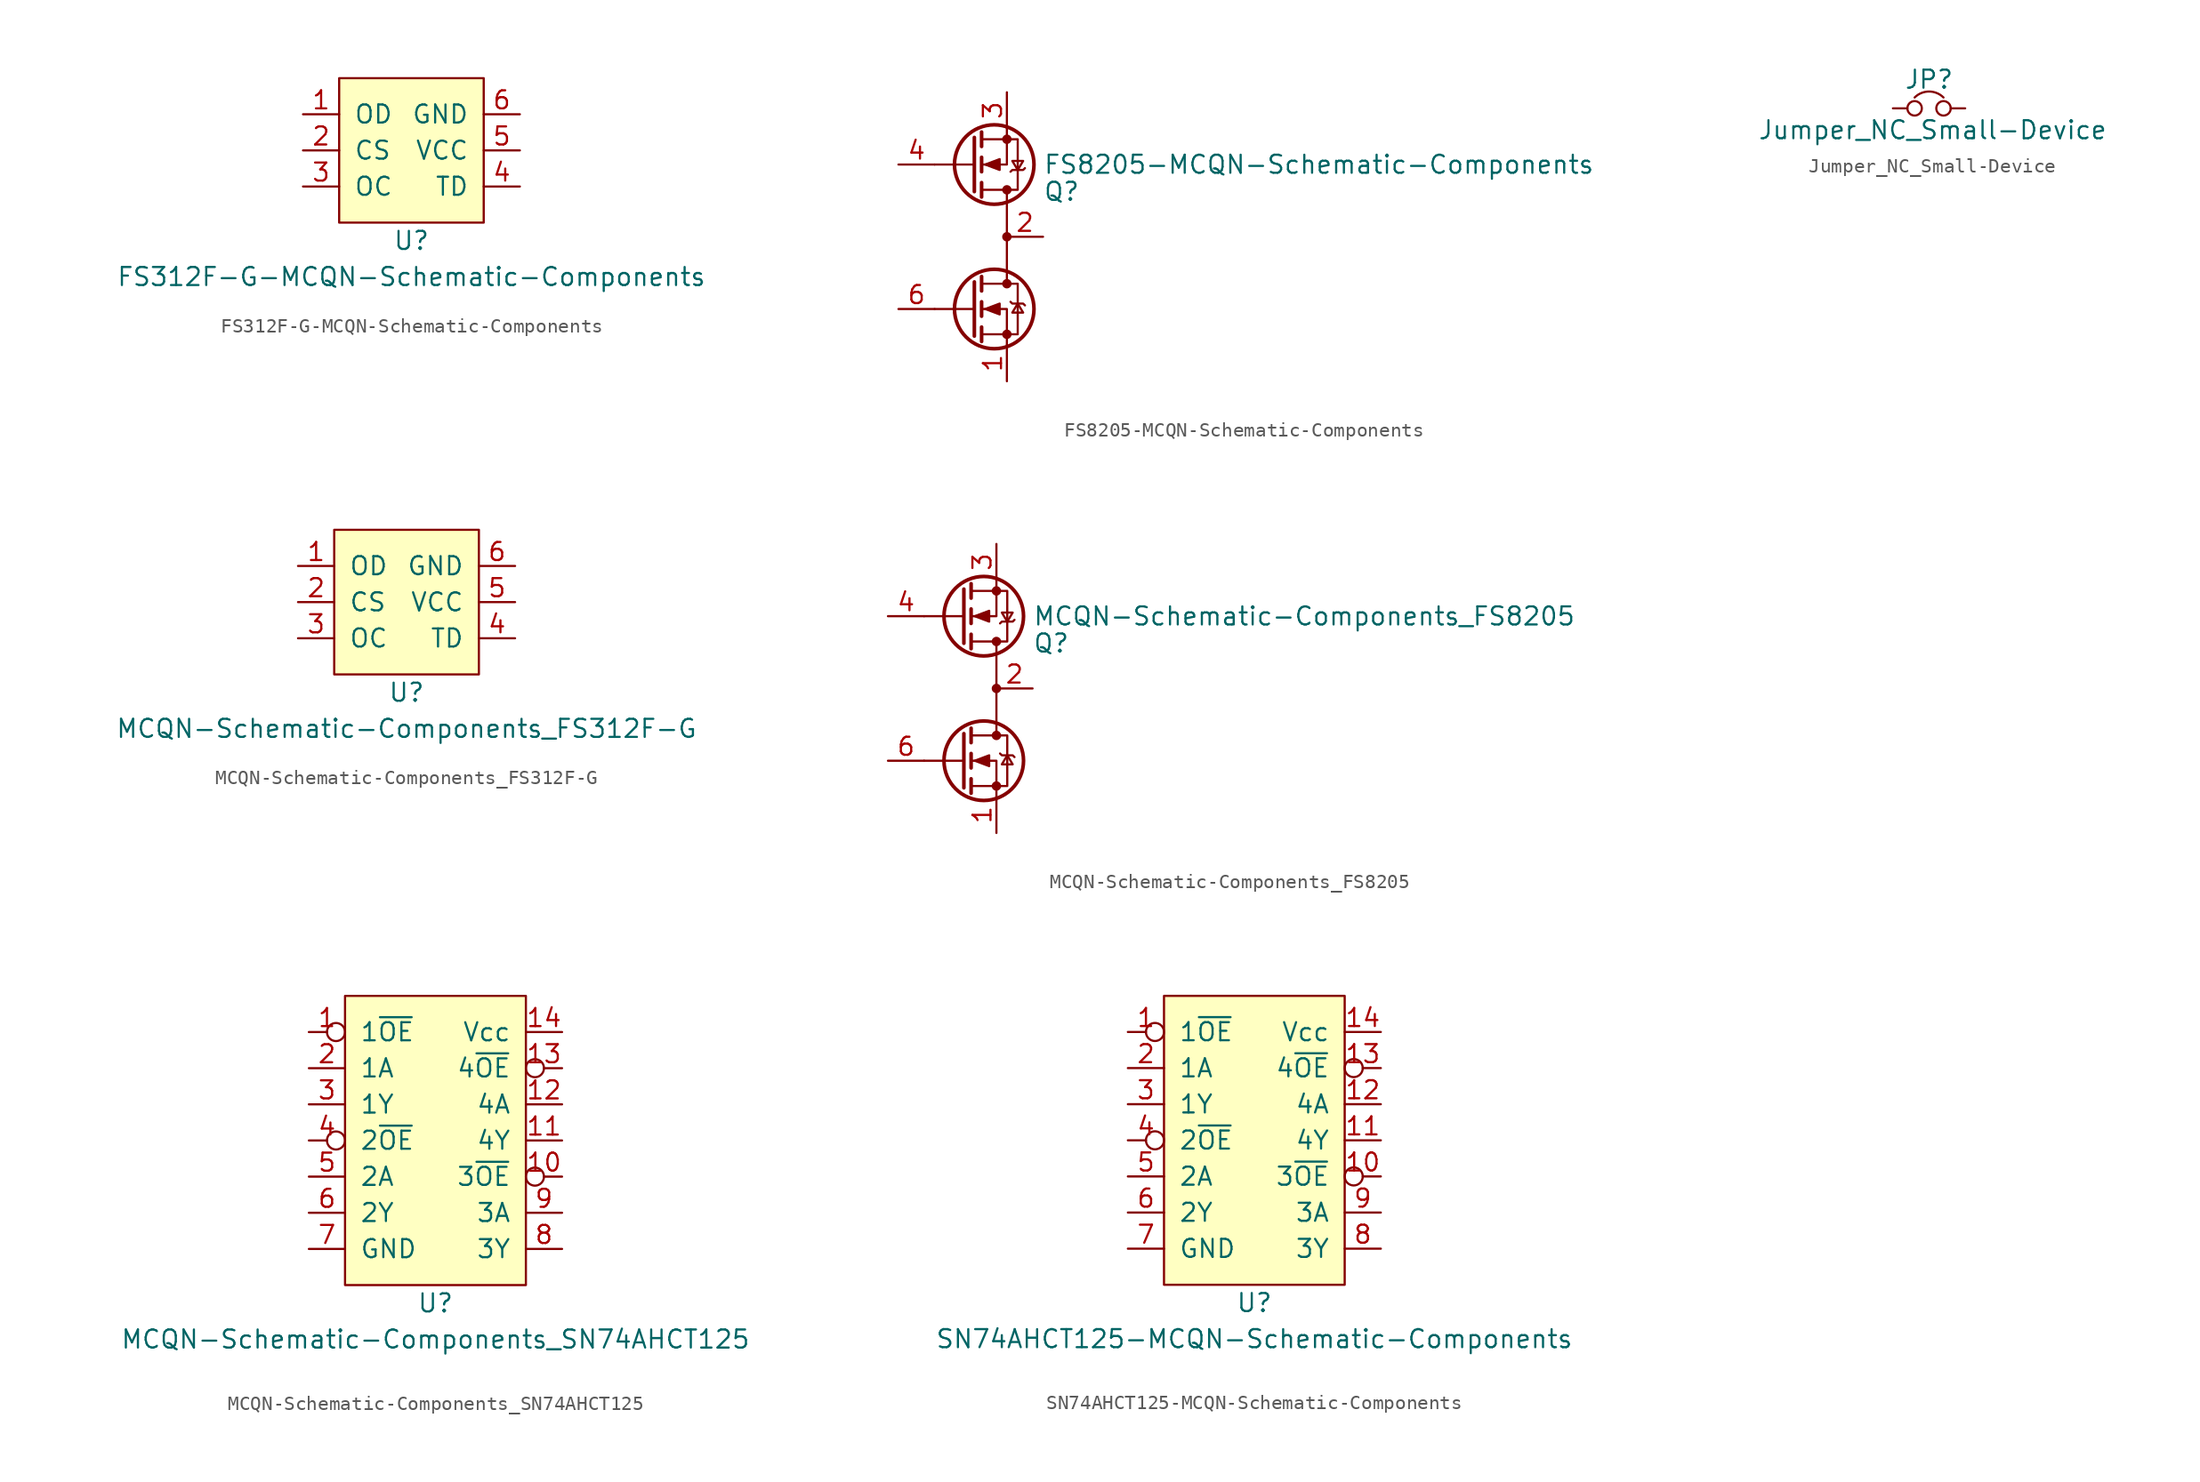
<source format=kicad_sym>
(kicad_symbol_lib
  (version 20211014)
  (generator kicad_symbol_editor)
  (symbol "FS312F-G-MCQN-Schematic-Components"
    (pin_names
      (offset 1.016))
    (property "Reference" "U"
      (at 0 -6.35 0)
      (effects (font (size 1.27 1.27))))
    (property "Value" "FS312F-G-MCQN-Schematic-Components"
      (at 0 -8.89 0)
      (effects (font (size 1.27 1.27))))
    (symbol "FS312F-G-MCQN-Schematic-Components_0_1"
      (rectangle (start -5.08 5.08) (end 5.08 -5.08) (stroke (width 0) (type default) (color 0 0 0 0)) (fill (type background))))
    (symbol "FS312F-G-MCQN-Schematic-Components_1_1"
      (pin output line (at -7.62 2.54 0) (length 2.54) (name "OD" (effects (font (size 1.27 1.27)))) (number "1" (effects (font (size 1.27 1.27)))))
      (pin input line (at -7.62 0 0) (length 2.54) (name "CS" (effects (font (size 1.27 1.27)))) (number "2" (effects (font (size 1.27 1.27)))))
      (pin output line (at -7.62 -2.54 0) (length 2.54) (name "OC" (effects (font (size 1.27 1.27)))) (number "3" (effects (font (size 1.27 1.27)))))
      (pin input line (at 7.62 -2.54 180) (length 2.54) (name "TD" (effects (font (size 1.27 1.27)))) (number "4" (effects (font (size 1.27 1.27)))))
      (pin power_in line (at 7.62 0 180) (length 2.54) (name "VCC" (effects (font (size 1.27 1.27)))) (number "5" (effects (font (size 1.27 1.27)))))
      (pin passive line (at 7.62 2.54 180) (length 2.54) (name "GND" (effects (font (size 1.27 1.27)))) (number "6" (effects (font (size 1.27 1.27)))))))
  (symbol "FS8205-MCQN-Schematic-Components"
    (pin_names hide)
    (property "Reference" "Q"
      (at 2.54 3.175 0)
      (effects (font (size 1.27 1.27)) (justify left)))
    (property "Value" "FS8205-MCQN-Schematic-Components"
      (at 2.54 5.08 0)
      (effects (font (size 1.27 1.27)) (justify left)))
    (symbol "FS8205-MCQN-Schematic-Components_0_1"
      (circle (center -0.889 5.08) (radius 2.794) (stroke (width 0.254) (type default) (color 0 0 0 0)) (fill (type none)))
      (polyline (pts (xy -2.286 3.175) (xy -2.286 6.985)) (stroke (width 0.254) (type default) (color 0 0 0 0)) (fill (type none)))
      (polyline (pts (xy -2.286 5.08) (xy -5.08 5.08)) (stroke (width 0) (type default) (color 0 0 0 0)) (fill (type none)))
      (polyline (pts (xy -1.778 2.794) (xy -1.778 3.81)) (stroke (width 0.254) (type default) (color 0 0 0 0)) (fill (type none)))
      (polyline (pts (xy -1.778 4.572) (xy -1.778 5.588)) (stroke (width 0.254) (type default) (color 0 0 0 0)) (fill (type none)))
      (polyline (pts (xy -1.778 6.35) (xy -1.778 7.366)) (stroke (width 0.254) (type default) (color 0 0 0 0)) (fill (type none)))
      (polyline (pts (xy 0 -3.302) (xy 0 3.302)) (stroke (width 0) (type default) (color 0 0 0 0)) (fill (type none)))
      (polyline (pts (xy 0 7.62) (xy 0 5.08) (xy -1.778 5.08)) (stroke (width 0) (type default) (color 0 0 0 0)) (fill (type none)))
      (polyline (pts (xy -1.778 6.858) (xy 0.762 6.858) (xy 0.762 3.302) (xy -1.778 3.302)) (stroke (width 0) (type default) (color 0 0 0 0)) (fill (type none)))
      (polyline (pts (xy -1.524 5.08) (xy -0.508 4.699) (xy -0.508 5.461) (xy -1.524 5.08)) (stroke (width 0) (type default) (color 0 0 0 0)) (fill (type outline)))
      (polyline (pts (xy 0.254 4.572) (xy 0.381 4.699) (xy 1.143 4.699) (xy 1.27 4.826)) (stroke (width 0) (type default) (color 0 0 0 0)) (fill (type none)))
      (polyline (pts (xy 0.762 4.699) (xy 0.381 5.334) (xy 1.143 5.334) (xy 0.762 4.699)) (stroke (width 0) (type default) (color 0 0 0 0)) (fill (type none)))
      (circle (center 0 3.302) (radius 0.254) (stroke (width 0) (type default) (color 0 0 0 0)) (fill (type outline)))
      (circle (center 0 6.858) (radius 0.254) (stroke (width 0) (type default) (color 0 0 0 0)) (fill (type outline))))
    (symbol "FS8205-MCQN-Schematic-Components_1_1"
      (circle (center -0.889 -5.08) (radius 2.794) (stroke (width 0.254) (type default) (color 0 0 0 0)) (fill (type none)))
      (circle (center 0 -6.858) (radius 0.254) (stroke (width 0) (type default) (color 0 0 0 0)) (fill (type outline)))
      (circle (center 0 -3.302) (radius 0.254) (stroke (width 0) (type default) (color 0 0 0 0)) (fill (type outline)))
      (polyline (pts (xy -2.286 -5.08) (xy -5.08 -5.08)) (stroke (width 0) (type default) (color 0 0 0 0)) (fill (type none)))
      (polyline (pts (xy -2.286 -3.175) (xy -2.286 -6.985)) (stroke (width 0.254) (type default) (color 0 0 0 0)) (fill (type none)))
      (polyline (pts (xy -1.778 -6.35) (xy -1.778 -7.366)) (stroke (width 0.254) (type default) (color 0 0 0 0)) (fill (type none)))
      (polyline (pts (xy -1.778 -4.572) (xy -1.778 -5.588)) (stroke (width 0.254) (type default) (color 0 0 0 0)) (fill (type none)))
      (polyline (pts (xy -1.778 -2.794) (xy -1.778 -3.81)) (stroke (width 0.254) (type default) (color 0 0 0 0)) (fill (type none)))
      (polyline (pts (xy 0 -7.62) (xy 0 -5.08) (xy -1.778 -5.08)) (stroke (width 0) (type default) (color 0 0 0 0)) (fill (type none)))
      (polyline (pts (xy -1.778 -6.858) (xy 0.762 -6.858) (xy 0.762 -3.302) (xy -1.778 -3.302)) (stroke (width 0) (type default) (color 0 0 0 0)) (fill (type none)))
      (polyline (pts (xy -1.524 -5.08) (xy -0.508 -4.699) (xy -0.508 -5.461) (xy -1.524 -5.08)) (stroke (width 0) (type default) (color 0 0 0 0)) (fill (type outline)))
      (polyline (pts (xy 0.254 -4.572) (xy 0.381 -4.699) (xy 1.143 -4.699) (xy 1.27 -4.826)) (stroke (width 0) (type default) (color 0 0 0 0)) (fill (type none)))
      (polyline (pts (xy 0.762 -4.699) (xy 0.381 -5.334) (xy 1.143 -5.334) (xy 0.762 -4.699)) (stroke (width 0) (type default) (color 0 0 0 0)) (fill (type none)))
      (circle (center 0 0) (radius 0.254) (stroke (width 0) (type default) (color 0 0 0 0)) (fill (type outline)))
      (pin passive line (at 0 -10.16 90) (length 2.54) (name "S1" (effects (font (size 1.27 1.27)))) (number "1" (effects (font (size 1.27 1.27)))))
      (pin passive line (at 2.54 0 180) (length 2.54) (name "D1/D2" (effects (font (size 1.27 1.27)))) (number "2" (effects (font (size 1.27 1.27)))))
      (pin passive line (at 0 10.16 270) (length 2.54) (name "S2" (effects (font (size 1.27 1.27)))) (number "3" (effects (font (size 1.27 1.27)))))
      (pin input line (at -7.62 5.08 0) (length 2.54) (name "G2" (effects (font (size 1.27 1.27)))) (number "4" (effects (font (size 1.27 1.27)))))
      (pin passive line (at 2.54 0 180) (length 2.54) hide (name "D1/D2" (effects (font (size 1.27 1.27)))) (number "5" (effects (font (size 1.27 1.27)))))
      (pin input line (at -7.62 -5.08 0) (length 2.54) (name "G1" (effects (font (size 1.27 1.27)))) (number "6" (effects (font (size 1.27 1.27)))))))
  (symbol "Jumper_NC_Small-Device"
    (pin_numbers hide)
    (pin_names
      (offset 0.762) hide)
    (property "Reference" "JP"
      (at 0 2.032 0)
      (effects (font (size 1.27 1.27))))
    (property "Value" "Jumper_NC_Small-Device"
      (at 0.254 -1.524 0)
      (effects (font (size 1.27 1.27))))
    (symbol "Jumper_NC_Small-Device_0_1"
      (circle (center -1.016 0) (radius 0.508) (stroke (width 0) (type default) (color 0 0 0 0)) (fill (type none)))
      (circle (center 1.016 0) (radius 0.508) (stroke (width 0) (type default) (color 0 0 0 0)) (fill (type none)))
      (arc (start 1.016 0.762) (mid 0 1.1828) (end -1.016 0.762) (stroke (width 0) (type default) (color 0 0 0 0)) (fill (type none)))
      (pin passive line (at -2.54 0 0) (length 1.016) (name "1" (effects (font (size 1.27 1.27)))) (number "1" (effects (font (size 1.27 1.27)))))
      (pin passive line (at 2.54 0 180) (length 1.016) (name "2" (effects (font (size 1.27 1.27)))) (number "2" (effects (font (size 1.27 1.27)))))))
  (symbol "MCQN-Schematic-Components_FS312F-G"
    (pin_names
      (offset 1.016))
    (property "Reference" "U"
      (at 0 -6.35 0)
      (effects (font (size 1.27 1.27))))
    (property "Value" "MCQN-Schematic-Components_FS312F-G"
      (at 0 -8.89 0)
      (effects (font (size 1.27 1.27))))
    (symbol "MCQN-Schematic-Components_FS312F-G_0_1"
      (rectangle (start -5.08 5.08) (end 5.08 -5.08) (stroke (width 0) (type default) (color 0 0 0 0)) (fill (type background))))
    (symbol "MCQN-Schematic-Components_FS312F-G_1_1"
      (pin output line (at -7.62 2.54 0) (length 2.54) (name "OD" (effects (font (size 1.27 1.27)))) (number "1" (effects (font (size 1.27 1.27)))))
      (pin input line (at -7.62 0 0) (length 2.54) (name "CS" (effects (font (size 1.27 1.27)))) (number "2" (effects (font (size 1.27 1.27)))))
      (pin output line (at -7.62 -2.54 0) (length 2.54) (name "OC" (effects (font (size 1.27 1.27)))) (number "3" (effects (font (size 1.27 1.27)))))
      (pin input line (at 7.62 -2.54 180) (length 2.54) (name "TD" (effects (font (size 1.27 1.27)))) (number "4" (effects (font (size 1.27 1.27)))))
      (pin power_in line (at 7.62 0 180) (length 2.54) (name "VCC" (effects (font (size 1.27 1.27)))) (number "5" (effects (font (size 1.27 1.27)))))
      (pin passive line (at 7.62 2.54 180) (length 2.54) (name "GND" (effects (font (size 1.27 1.27)))) (number "6" (effects (font (size 1.27 1.27)))))))
  (symbol "MCQN-Schematic-Components_FS8205"
    (pin_names hide)
    (property "Reference" "Q"
      (at 2.54 3.175 0)
      (effects (font (size 1.27 1.27)) (justify left)))
    (property "Value" "MCQN-Schematic-Components_FS8205"
      (at 2.54 5.08 0)
      (effects (font (size 1.27 1.27)) (justify left)))
    (symbol "MCQN-Schematic-Components_FS8205_0_1"
      (circle (center -0.889 5.08) (radius 2.794) (stroke (width 0.254) (type default) (color 0 0 0 0)) (fill (type none)))
      (polyline (pts (xy -2.286 3.175) (xy -2.286 6.985)) (stroke (width 0.254) (type default) (color 0 0 0 0)) (fill (type none)))
      (polyline (pts (xy -2.286 5.08) (xy -5.08 5.08)) (stroke (width 0) (type default) (color 0 0 0 0)) (fill (type none)))
      (polyline (pts (xy -1.778 2.794) (xy -1.778 3.81)) (stroke (width 0.254) (type default) (color 0 0 0 0)) (fill (type none)))
      (polyline (pts (xy -1.778 4.572) (xy -1.778 5.588)) (stroke (width 0.254) (type default) (color 0 0 0 0)) (fill (type none)))
      (polyline (pts (xy -1.778 6.35) (xy -1.778 7.366)) (stroke (width 0.254) (type default) (color 0 0 0 0)) (fill (type none)))
      (polyline (pts (xy 0 -3.302) (xy 0 3.302)) (stroke (width 0) (type default) (color 0 0 0 0)) (fill (type none)))
      (polyline (pts (xy 0 7.62) (xy 0 5.08) (xy -1.778 5.08)) (stroke (width 0) (type default) (color 0 0 0 0)) (fill (type none)))
      (polyline (pts (xy -1.778 6.858) (xy 0.762 6.858) (xy 0.762 3.302) (xy -1.778 3.302)) (stroke (width 0) (type default) (color 0 0 0 0)) (fill (type none)))
      (polyline (pts (xy -1.524 5.08) (xy -0.508 4.699) (xy -0.508 5.461) (xy -1.524 5.08)) (stroke (width 0) (type default) (color 0 0 0 0)) (fill (type outline)))
      (polyline (pts (xy 0.254 4.572) (xy 0.381 4.699) (xy 1.143 4.699) (xy 1.27 4.826)) (stroke (width 0) (type default) (color 0 0 0 0)) (fill (type none)))
      (polyline (pts (xy 0.762 4.699) (xy 0.381 5.334) (xy 1.143 5.334) (xy 0.762 4.699)) (stroke (width 0) (type default) (color 0 0 0 0)) (fill (type none)))
      (circle (center 0 3.302) (radius 0.254) (stroke (width 0) (type default) (color 0 0 0 0)) (fill (type outline)))
      (circle (center 0 6.858) (radius 0.254) (stroke (width 0) (type default) (color 0 0 0 0)) (fill (type outline))))
    (symbol "MCQN-Schematic-Components_FS8205_1_1"
      (circle (center -0.889 -5.08) (radius 2.794) (stroke (width 0.254) (type default) (color 0 0 0 0)) (fill (type none)))
      (circle (center 0 -6.858) (radius 0.254) (stroke (width 0) (type default) (color 0 0 0 0)) (fill (type outline)))
      (circle (center 0 -3.302) (radius 0.254) (stroke (width 0) (type default) (color 0 0 0 0)) (fill (type outline)))
      (polyline (pts (xy -2.286 -5.08) (xy -5.08 -5.08)) (stroke (width 0) (type default) (color 0 0 0 0)) (fill (type none)))
      (polyline (pts (xy -2.286 -3.175) (xy -2.286 -6.985)) (stroke (width 0.254) (type default) (color 0 0 0 0)) (fill (type none)))
      (polyline (pts (xy -1.778 -6.35) (xy -1.778 -7.366)) (stroke (width 0.254) (type default) (color 0 0 0 0)) (fill (type none)))
      (polyline (pts (xy -1.778 -4.572) (xy -1.778 -5.588)) (stroke (width 0.254) (type default) (color 0 0 0 0)) (fill (type none)))
      (polyline (pts (xy -1.778 -2.794) (xy -1.778 -3.81)) (stroke (width 0.254) (type default) (color 0 0 0 0)) (fill (type none)))
      (polyline (pts (xy 0 -7.62) (xy 0 -5.08) (xy -1.778 -5.08)) (stroke (width 0) (type default) (color 0 0 0 0)) (fill (type none)))
      (polyline (pts (xy -1.778 -6.858) (xy 0.762 -6.858) (xy 0.762 -3.302) (xy -1.778 -3.302)) (stroke (width 0) (type default) (color 0 0 0 0)) (fill (type none)))
      (polyline (pts (xy -1.524 -5.08) (xy -0.508 -4.699) (xy -0.508 -5.461) (xy -1.524 -5.08)) (stroke (width 0) (type default) (color 0 0 0 0)) (fill (type outline)))
      (polyline (pts (xy 0.254 -4.572) (xy 0.381 -4.699) (xy 1.143 -4.699) (xy 1.27 -4.826)) (stroke (width 0) (type default) (color 0 0 0 0)) (fill (type none)))
      (polyline (pts (xy 0.762 -4.699) (xy 0.381 -5.334) (xy 1.143 -5.334) (xy 0.762 -4.699)) (stroke (width 0) (type default) (color 0 0 0 0)) (fill (type none)))
      (circle (center 0 0) (radius 0.254) (stroke (width 0) (type default) (color 0 0 0 0)) (fill (type outline)))
      (pin passive line (at 0 -10.16 90) (length 2.54) (name "S1" (effects (font (size 1.27 1.27)))) (number "1" (effects (font (size 1.27 1.27)))))
      (pin passive line (at 2.54 0 180) (length 2.54) (name "D1/D2" (effects (font (size 1.27 1.27)))) (number "2" (effects (font (size 1.27 1.27)))))
      (pin passive line (at 0 10.16 270) (length 2.54) (name "S2" (effects (font (size 1.27 1.27)))) (number "3" (effects (font (size 1.27 1.27)))))
      (pin input line (at -7.62 5.08 0) (length 2.54) (name "G2" (effects (font (size 1.27 1.27)))) (number "4" (effects (font (size 1.27 1.27)))))
      (pin passive line (at 2.54 0 180) (length 2.54) hide (name "D1/D2" (effects (font (size 1.27 1.27)))) (number "5" (effects (font (size 1.27 1.27)))))
      (pin input line (at -7.62 -5.08 0) (length 2.54) (name "G1" (effects (font (size 1.27 1.27)))) (number "6" (effects (font (size 1.27 1.27)))))))
  (symbol "MCQN-Schematic-Components_SN74AHCT125"
    (pin_names
      (offset 1.016))
    (property "Reference" "U"
      (at 0 -11.43 0)
      (effects (font (size 1.27 1.27))))
    (property "Value" "MCQN-Schematic-Components_SN74AHCT125"
      (at 0 -13.97 0)
      (effects (font (size 1.27 1.27))))
    (symbol "MCQN-Schematic-Components_SN74AHCT125_0_0"
      (pin input inverted (at -8.89 7.62 0) (length 2.54) (name "1~{OE}" (effects (font (size 1.27 1.27)))) (number "1" (effects (font (size 1.27 1.27)))))
      (pin input inverted (at 8.89 -2.54 180) (length 2.54) (name "3~{OE}" (effects (font (size 1.27 1.27)))) (number "10" (effects (font (size 1.27 1.27)))))
      (pin output line (at 8.89 0 180) (length 2.54) (name "4Y" (effects (font (size 1.27 1.27)))) (number "11" (effects (font (size 1.27 1.27)))))
      (pin input line (at 8.89 2.54 180) (length 2.54) (name "4A" (effects (font (size 1.27 1.27)))) (number "12" (effects (font (size 1.27 1.27)))))
      (pin input inverted (at 8.89 5.08 180) (length 2.54) (name "4~{OE}" (effects (font (size 1.27 1.27)))) (number "13" (effects (font (size 1.27 1.27)))))
      (pin power_in line (at 8.89 7.62 180) (length 2.54) (name "Vcc" (effects (font (size 1.27 1.27)))) (number "14" (effects (font (size 1.27 1.27)))))
      (pin input line (at -8.89 5.08 0) (length 2.54) (name "1A" (effects (font (size 1.27 1.27)))) (number "2" (effects (font (size 1.27 1.27)))))
      (pin output line (at -8.89 2.54 0) (length 2.54) (name "1Y" (effects (font (size 1.27 1.27)))) (number "3" (effects (font (size 1.27 1.27)))))
      (pin input inverted (at -8.89 0 0) (length 2.54) (name "2~{OE}" (effects (font (size 1.27 1.27)))) (number "4" (effects (font (size 1.27 1.27)))))
      (pin input line (at -8.89 -2.54 0) (length 2.54) (name "2A" (effects (font (size 1.27 1.27)))) (number "5" (effects (font (size 1.27 1.27)))))
      (pin output line (at -8.89 -5.08 0) (length 2.54) (name "2Y" (effects (font (size 1.27 1.27)))) (number "6" (effects (font (size 1.27 1.27)))))
      (pin power_in line (at -8.89 -7.62 0) (length 2.54) (name "GND" (effects (font (size 1.27 1.27)))) (number "7" (effects (font (size 1.27 1.27)))))
      (pin output line (at 8.89 -7.62 180) (length 2.54) (name "3Y" (effects (font (size 1.27 1.27)))) (number "8" (effects (font (size 1.27 1.27)))))
      (pin input line (at 8.89 -5.08 180) (length 2.54) (name "3A" (effects (font (size 1.27 1.27)))) (number "9" (effects (font (size 1.27 1.27))))))
    (symbol "MCQN-Schematic-Components_SN74AHCT125_0_1"
      (rectangle (start -6.35 10.16) (end 6.35 -10.16) (stroke (width 0) (type default) (color 0 0 0 0)) (fill (type background)))))
  (symbol "SN74AHCT125-MCQN-Schematic-Components"
    (pin_names
      (offset 1.016))
    (property "Reference" "U"
      (at 0 -11.43 0)
      (effects (font (size 1.27 1.27))))
    (property "Value" "SN74AHCT125-MCQN-Schematic-Components"
      (at 0 -13.97 0)
      (effects (font (size 1.27 1.27))))
    (symbol "SN74AHCT125-MCQN-Schematic-Components_0_0"
      (pin input inverted (at -8.89 7.62 0) (length 2.54) (name "1~{OE}" (effects (font (size 1.27 1.27)))) (number "1" (effects (font (size 1.27 1.27)))))
      (pin input inverted (at 8.89 -2.54 180) (length 2.54) (name "3~{OE}" (effects (font (size 1.27 1.27)))) (number "10" (effects (font (size 1.27 1.27)))))
      (pin output line (at 8.89 0 180) (length 2.54) (name "4Y" (effects (font (size 1.27 1.27)))) (number "11" (effects (font (size 1.27 1.27)))))
      (pin input line (at 8.89 2.54 180) (length 2.54) (name "4A" (effects (font (size 1.27 1.27)))) (number "12" (effects (font (size 1.27 1.27)))))
      (pin input inverted (at 8.89 5.08 180) (length 2.54) (name "4~{OE}" (effects (font (size 1.27 1.27)))) (number "13" (effects (font (size 1.27 1.27)))))
      (pin power_in line (at 8.89 7.62 180) (length 2.54) (name "Vcc" (effects (font (size 1.27 1.27)))) (number "14" (effects (font (size 1.27 1.27)))))
      (pin input line (at -8.89 5.08 0) (length 2.54) (name "1A" (effects (font (size 1.27 1.27)))) (number "2" (effects (font (size 1.27 1.27)))))
      (pin output line (at -8.89 2.54 0) (length 2.54) (name "1Y" (effects (font (size 1.27 1.27)))) (number "3" (effects (font (size 1.27 1.27)))))
      (pin input inverted (at -8.89 0 0) (length 2.54) (name "2~{OE}" (effects (font (size 1.27 1.27)))) (number "4" (effects (font (size 1.27 1.27)))))
      (pin input line (at -8.89 -2.54 0) (length 2.54) (name "2A" (effects (font (size 1.27 1.27)))) (number "5" (effects (font (size 1.27 1.27)))))
      (pin output line (at -8.89 -5.08 0) (length 2.54) (name "2Y" (effects (font (size 1.27 1.27)))) (number "6" (effects (font (size 1.27 1.27)))))
      (pin power_in line (at -8.89 -7.62 0) (length 2.54) (name "GND" (effects (font (size 1.27 1.27)))) (number "7" (effects (font (size 1.27 1.27)))))
      (pin output line (at 8.89 -7.62 180) (length 2.54) (name "3Y" (effects (font (size 1.27 1.27)))) (number "8" (effects (font (size 1.27 1.27)))))
      (pin input line (at 8.89 -5.08 180) (length 2.54) (name "3A" (effects (font (size 1.27 1.27)))) (number "9" (effects (font (size 1.27 1.27))))))
    (symbol "SN74AHCT125-MCQN-Schematic-Components_0_1"
      (rectangle (start -6.35 10.16) (end 6.35 -10.16) (stroke (width 0) (type default) (color 0 0 0 0)) (fill (type background))))))
</source>
